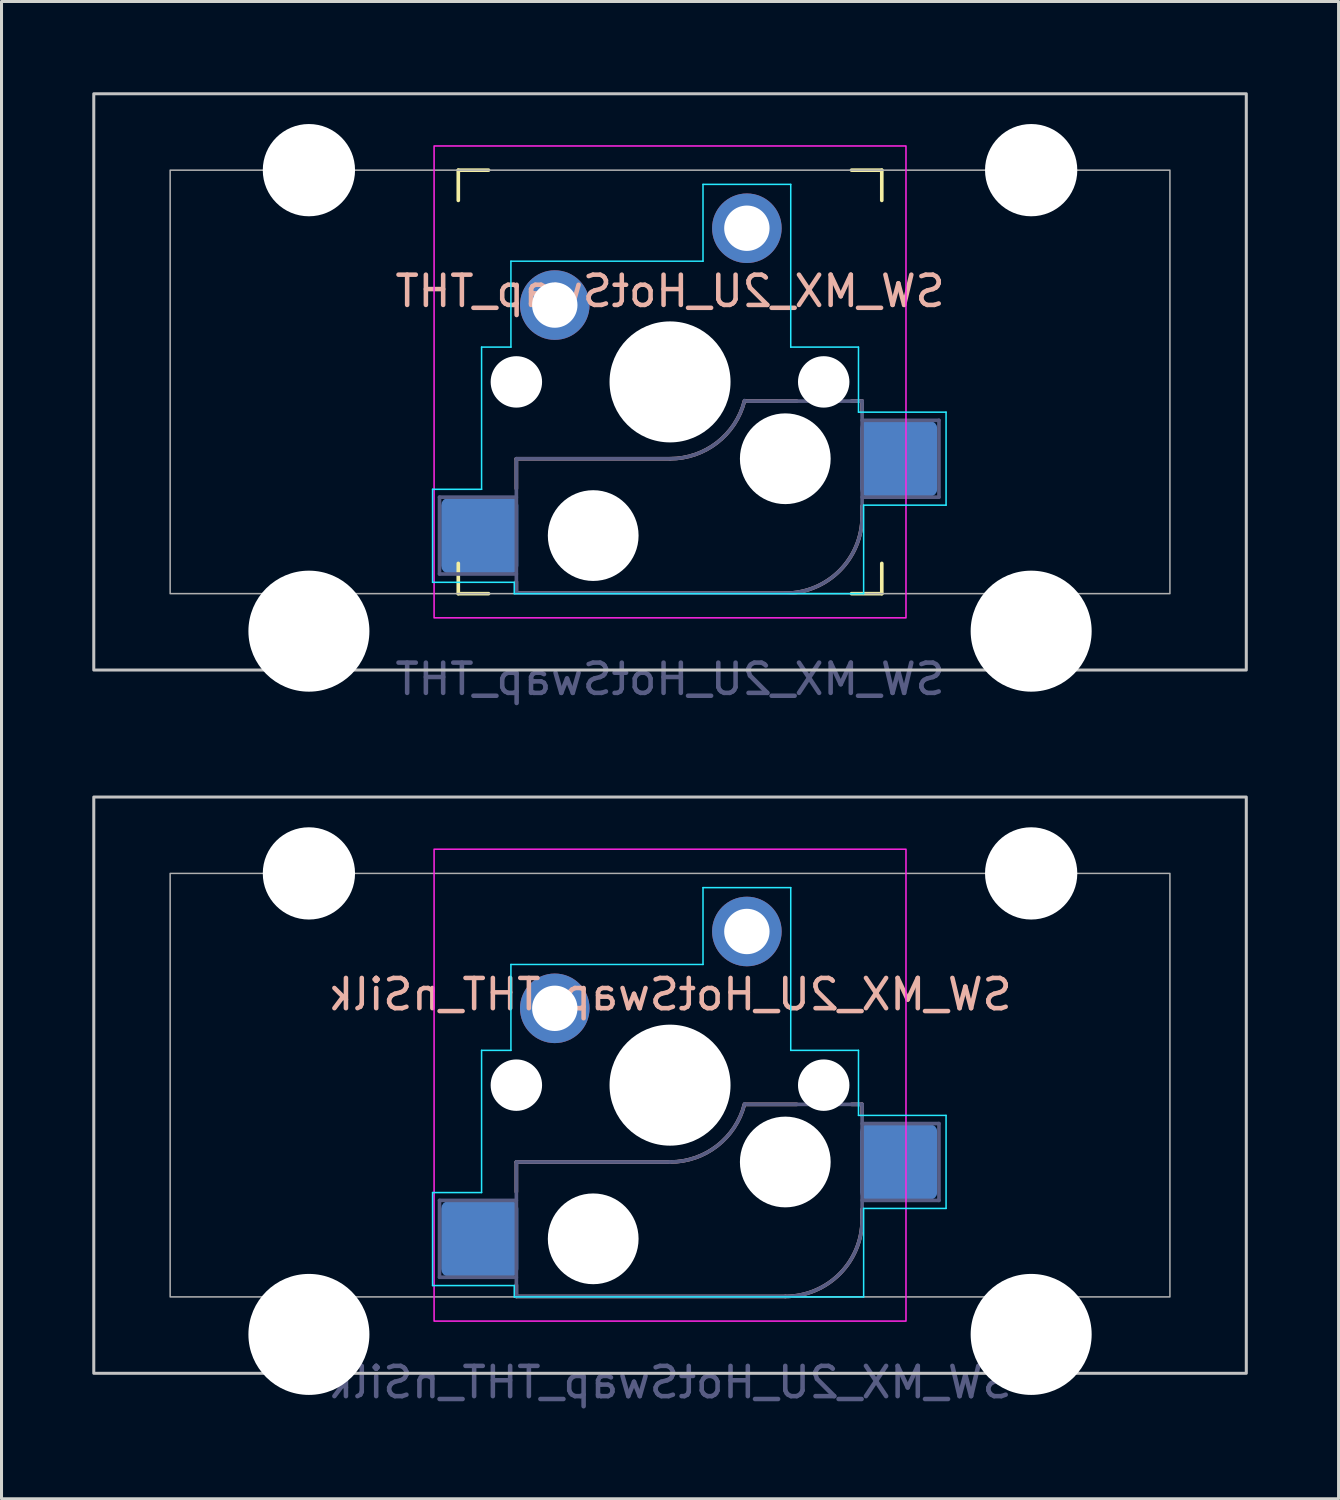
<source format=kicad_pcb>
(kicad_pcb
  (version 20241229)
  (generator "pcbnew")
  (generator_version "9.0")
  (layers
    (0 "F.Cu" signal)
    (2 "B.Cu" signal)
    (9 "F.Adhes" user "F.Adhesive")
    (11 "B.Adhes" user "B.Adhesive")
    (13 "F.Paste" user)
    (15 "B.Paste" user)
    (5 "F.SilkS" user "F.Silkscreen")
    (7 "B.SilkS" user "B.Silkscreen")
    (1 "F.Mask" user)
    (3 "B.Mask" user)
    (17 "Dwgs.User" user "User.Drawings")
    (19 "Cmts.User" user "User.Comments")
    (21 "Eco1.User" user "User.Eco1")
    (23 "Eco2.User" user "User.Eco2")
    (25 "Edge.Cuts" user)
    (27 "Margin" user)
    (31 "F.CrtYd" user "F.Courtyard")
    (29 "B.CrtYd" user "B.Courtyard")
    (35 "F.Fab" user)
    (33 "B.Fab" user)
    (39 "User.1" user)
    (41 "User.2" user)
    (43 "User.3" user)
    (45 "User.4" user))
  (footprint "SW_MX_2U_HotSwap_THT"
    (layer "F.Cu")
    (at 19.1 9.575)
    (property "Reference" "SW_MX_2U_HotSwap_THT" (at 0 -3 0) (unlocked yes) (layer "B.SilkS") (effects (font (size 1 1) (thickness 0.15)) (justify mirror)))
    (attr through_hole)
    (fp_line (start -7 -7) (end -7 -6) (stroke (width 0.12) (type solid)) (layer "F.SilkS"))
    (fp_line (start -7 7) (end -7 6) (stroke (width 0.12) (type solid)) (layer "F.SilkS"))
    (fp_line (start -7 7) (end -6 7) (stroke (width 0.12) (type solid)) (layer "F.SilkS"))
    (fp_line (start -6 -7) (end -7 -7) (stroke (width 0.12) (type solid)) (layer "F.SilkS"))
    (fp_line (start 6 7) (end 7 7) (stroke (width 0.12) (type solid)) (layer "F.SilkS"))
    (fp_line (start 7 -7) (end 6 -7) (stroke (width 0.12) (type solid)) (layer "F.SilkS"))
    (fp_line (start 7 -6) (end 7 -7) (stroke (width 0.12) (type solid)) (layer "F.SilkS"))
    (fp_line (start 7 7) (end 7 6) (stroke (width 0.12) (type solid)) (layer "F.SilkS"))
    (fp_line (start -5.08 2.54) (end -5.08 3.53) (stroke (width 0.12) (type default)) (layer "B.SilkS"))
    (fp_line (start -5.08 2.54) (end 0 2.54) (stroke (width 0.12) (type solid)) (layer "B.SilkS"))
    (fp_line (start -5.08 6.985) (end -5.08 6.604) (stroke (width 0.12) (type solid)) (layer "B.SilkS"))
    (fp_line (start 2.464 0.635) (end 4.191 0.635) (stroke (width 0.12) (type solid)) (layer "B.SilkS"))
    (fp_line (start 3.81 6.985) (end -5.08 6.985) (stroke (width 0.12) (type solid)) (layer "B.SilkS"))
    (fp_line (start 6 0.635) (end 6.35 0.635) (stroke (width 0.12) (type solid)) (layer "B.SilkS"))
    (fp_line (start 6.35 1) (end 6.35 0.635) (stroke (width 0.12) (type solid)) (layer "B.SilkS"))
    (fp_line (start 6.35 4.445) (end 6.35 4.1) (stroke (width 0.12) (type solid)) (layer "B.SilkS"))
    (fp_arc (start 2.459645 0.633835) (mid 1.555902 2.007678) (end 0 2.539999) (stroke (width 0.12) (type default)) (layer "B.SilkS"))
    (fp_arc (start 6.35 4.444999) (mid 5.606051 6.24105) (end 3.81 6.984999) (stroke (width 0.12) (type solid)) (layer "B.SilkS"))
    (fp_rect (start -19.05 -9.525) (end 19.05 9.525) (stroke (width 0.1) (type default)) (fill no) (layer "Dwgs.User"))
    (fp_line (start -7.85 3.55) (end -7.85 6.625) (stroke (width 0.05) (type default)) (layer "B.CrtYd"))
    (fp_line (start -7.85 6.625) (end -5.15 6.625) (stroke (width 0.05) (type default)) (layer "B.CrtYd"))
    (fp_line (start -6.23 -1.15) (end -6.23 3.55) (stroke (width 0.05) (type default)) (layer "B.CrtYd"))
    (fp_line (start -6.23 -1.15) (end -5.26 -1.15) (stroke (width 0.05) (type default)) (layer "B.CrtYd"))
    (fp_line (start -6.23 3.55) (end -7.85 3.55) (stroke (width 0.05) (type default)) (layer "B.CrtYd"))
    (fp_line (start -5.26 -3.99) (end 1.09 -3.99) (stroke (width 0.05) (type default)) (layer "B.CrtYd"))
    (fp_line (start -5.26 -1.15) (end -5.26 -3.99) (stroke (width 0.05) (type default)) (layer "B.CrtYd"))
    (fp_line (start -5.15 6.625) (end -5.15 7) (stroke (width 0.05) (type default)) (layer "B.CrtYd"))
    (fp_line (start -5.15 7) (end 6.4 7) (stroke (width 0.05) (type default)) (layer "B.CrtYd"))
    (fp_line (start 1.09 -6.53) (end 3.99 -6.53) (stroke (width 0.05) (type default)) (layer "B.CrtYd"))
    (fp_line (start 1.09 -3.99) (end 1.09 -6.53) (stroke (width 0.05) (type default)) (layer "B.CrtYd"))
    (fp_line (start 3.99 -6.53) (end 3.99 -1.15) (stroke (width 0.05) (type default)) (layer "B.CrtYd"))
    (fp_line (start 3.99 -1.15) (end 6.23 -1.15) (stroke (width 0.05) (type default)) (layer "B.CrtYd"))
    (fp_line (start 6.23 -1.15) (end 6.23 1) (stroke (width 0.05) (type default)) (layer "B.CrtYd"))
    (fp_line (start 6.23 1) (end 9.125 1) (stroke (width 0.05) (type default)) (layer "B.CrtYd"))
    (fp_line (start 6.4 4.075) (end 6.4 7) (stroke (width 0.05) (type default)) (layer "B.CrtYd"))
    (fp_line (start 9.125 1) (end 9.125 4.075) (stroke (width 0.05) (type default)) (layer "B.CrtYd"))
    (fp_line (start 9.125 4.075) (end 6.4 4.075) (stroke (width 0.05) (type default)) (layer "B.CrtYd"))
    (fp_rect (start -7.8 -7.8) (end 7.8 7.8) (stroke (width 0.05) (type default)) (fill no) (layer "F.CrtYd"))
    (fp_line (start -7.62 3.81) (end -5.08 3.81) (stroke (width 0.12) (type solid)) (layer "B.Fab"))
    (fp_line (start -7.62 6.35) (end -7.62 3.81) (stroke (width 0.12) (type solid)) (layer "B.Fab"))
    (fp_line (start -5.08 2.54) (end 0 2.54) (stroke (width 0.12) (type solid)) (layer "B.Fab"))
    (fp_line (start -5.08 6.35) (end -7.62 6.35) (stroke (width 0.12) (type solid)) (layer "B.Fab"))
    (fp_line (start -5.08 6.985) (end -5.08 2.54) (stroke (width 0.12) (type solid)) (layer "B.Fab"))
    (fp_line (start 3.81 6.985) (end -5.08 6.985) (stroke (width 0.12) (type solid)) (layer "B.Fab"))
    (fp_line (start 6.35 0.635) (end 2.54 0.635) (stroke (width 0.12) (type solid)) (layer "B.Fab"))
    (fp_line (start 6.35 0.635) (end 6.35 4.445) (stroke (width 0.12) (type solid)) (layer "B.Fab"))
    (fp_line (start 6.35 1.27) (end 8.89 1.27) (stroke (width 0.12) (type solid)) (layer "B.Fab"))
    (fp_line (start 8.89 1.27) (end 8.89 3.81) (stroke (width 0.12) (type solid)) (layer "B.Fab"))
    (fp_line (start 8.89 3.81) (end 6.35 3.81) (stroke (width 0.12) (type solid)) (layer "B.Fab"))
    (fp_arc (start 2.464162 0.616039) (mid 1.563147 2.002041) (end 0 2.539999) (stroke (width 0.12) (type solid)) (layer "B.Fab"))
    (fp_arc (start 6.35 4.444999) (mid 5.606051 6.24105) (end 3.81 6.984999) (stroke (width 0.12) (type solid)) (layer "B.Fab"))
    (fp_rect (start -16.525 -7) (end 16.525 7) (stroke (width 0.05) (type default)) (fill no) (layer "F.Fab"))
    (fp_text user "${REFERENCE}" (at 0 9.825 0) (layer "B.Fab") (effects (font (size 1 1) (thickness 0.15)) (justify mirror)))
    (pad "" np_thru_hole circle (at -11.938 -7) (size 3.05 3.05) (drill 3.05) (layers "*.Cu" "*.Mask"))
    (pad "" np_thru_hole circle (at -11.938 8.24) (size 4 4) (drill 4) (layers "*.Cu" "*.Mask"))
    (pad "" np_thru_hole circle (at -5.08 0) (size 1.7 1.7) (drill 1.7) (layers "*.Cu" "*.Mask"))
    (pad "" np_thru_hole circle (at -2.54 5.08 180) (size 3 3) (drill 3) (layers "*.Cu" "*.Mask"))
    (pad "" np_thru_hole circle (at 0 0) (size 4 4) (drill 4) (layers "*.Cu" "*.Mask"))
    (pad "" np_thru_hole circle (at 3.81 2.54 180) (size 3 3) (drill 3) (layers "*.Cu" "*.Mask"))
    (pad "" np_thru_hole circle (at 5.08 0) (size 1.7 1.7) (drill 1.7) (layers "*.Cu" "*.Mask"))
    (pad "" np_thru_hole circle (at 11.938 -7) (size 3.05 3.05) (drill 3.05) (layers "*.Cu" "*.Mask"))
    (pad "" np_thru_hole circle (at 11.938 8.24) (size 4 4) (drill 4) (layers "*.Cu" "*.Mask"))
    (pad "1" thru_hole circle (at 2.54 -5.08) (size 2.3 2.3) (drill 1.5) (layers "*.Cu" "*.Mask"))
    (pad "1" smd roundrect (at 7.56 2.54 180) (size 2.55 2.5) (layers "B.Cu" "B.Mask" "B.Paste") (roundrect_rratio 0.1))
    (pad "2" smd roundrect (at -6.29 5.08 180) (size 2.55 2.5) (layers "B.Cu" "B.Mask" "B.Paste") (roundrect_rratio 0.1))
    (pad "2" thru_hole circle (at -3.81 -2.54) (size 2.3 2.3) (drill 1.5) (layers "*.Cu" "*.Mask")))
  (footprint "SW_MX_2U_HotSwap_THT_nSilk"
    (layer "F.Cu")
    (at 19.1 32.823)
    (property "Reference" "SW_MX_2U_HotSwap_THT_nSilk" (at 0 -3 0) (unlocked yes) (layer "B.SilkS") (effects (font (size 1 1) (thickness 0.15)) (justify mirror)))
    (attr through_hole)
    (fp_line (start -5.08 2.54) (end -5.08 3.53) (stroke (width 0.12) (type default)) (layer "B.SilkS"))
    (fp_line (start -5.08 2.54) (end 0 2.54) (stroke (width 0.12) (type solid)) (layer "B.SilkS"))
    (fp_line (start -5.08 6.985) (end -5.08 6.604) (stroke (width 0.12) (type solid)) (layer "B.SilkS"))
    (fp_line (start 2.464 0.635) (end 4.191 0.635) (stroke (width 0.12) (type solid)) (layer "B.SilkS"))
    (fp_line (start 3.81 6.985) (end -5.08 6.985) (stroke (width 0.12) (type solid)) (layer "B.SilkS"))
    (fp_line (start 6 0.635) (end 6.35 0.635) (stroke (width 0.12) (type solid)) (layer "B.SilkS"))
    (fp_line (start 6.35 1) (end 6.35 0.635) (stroke (width 0.12) (type solid)) (layer "B.SilkS"))
    (fp_line (start 6.35 4.445) (end 6.35 4.1) (stroke (width 0.12) (type solid)) (layer "B.SilkS"))
    (fp_arc (start 2.459645 0.633835) (mid 1.555902 2.007678) (end 0 2.539999) (stroke (width 0.12) (type default)) (layer "B.SilkS"))
    (fp_arc (start 6.35 4.444999) (mid 5.606051 6.24105) (end 3.81 6.984999) (stroke (width 0.12) (type solid)) (layer "B.SilkS"))
    (fp_rect (start -19.05 -9.525) (end 19.05 9.525) (stroke (width 0.1) (type default)) (fill no) (layer "Dwgs.User"))
    (fp_line (start -7.85 3.55) (end -7.85 6.625) (stroke (width 0.05) (type default)) (layer "B.CrtYd"))
    (fp_line (start -7.85 6.625) (end -5.15 6.625) (stroke (width 0.05) (type default)) (layer "B.CrtYd"))
    (fp_line (start -6.23 -1.15) (end -6.23 3.55) (stroke (width 0.05) (type default)) (layer "B.CrtYd"))
    (fp_line (start -6.23 -1.15) (end -5.26 -1.15) (stroke (width 0.05) (type default)) (layer "B.CrtYd"))
    (fp_line (start -6.23 3.55) (end -7.85 3.55) (stroke (width 0.05) (type default)) (layer "B.CrtYd"))
    (fp_line (start -5.26 -3.99) (end 1.09 -3.99) (stroke (width 0.05) (type default)) (layer "B.CrtYd"))
    (fp_line (start -5.26 -1.15) (end -5.26 -3.99) (stroke (width 0.05) (type default)) (layer "B.CrtYd"))
    (fp_line (start -5.15 6.625) (end -5.15 7) (stroke (width 0.05) (type default)) (layer "B.CrtYd"))
    (fp_line (start -5.15 7) (end 6.4 7) (stroke (width 0.05) (type default)) (layer "B.CrtYd"))
    (fp_line (start 1.09 -6.53) (end 3.99 -6.53) (stroke (width 0.05) (type default)) (layer "B.CrtYd"))
    (fp_line (start 1.09 -3.99) (end 1.09 -6.53) (stroke (width 0.05) (type default)) (layer "B.CrtYd"))
    (fp_line (start 3.99 -6.53) (end 3.99 -1.15) (stroke (width 0.05) (type default)) (layer "B.CrtYd"))
    (fp_line (start 3.99 -1.15) (end 6.23 -1.15) (stroke (width 0.05) (type default)) (layer "B.CrtYd"))
    (fp_line (start 6.23 -1.15) (end 6.23 1) (stroke (width 0.05) (type default)) (layer "B.CrtYd"))
    (fp_line (start 6.23 1) (end 9.125 1) (stroke (width 0.05) (type default)) (layer "B.CrtYd"))
    (fp_line (start 6.4 4.075) (end 6.4 7) (stroke (width 0.05) (type default)) (layer "B.CrtYd"))
    (fp_line (start 9.125 1) (end 9.125 4.075) (stroke (width 0.05) (type default)) (layer "B.CrtYd"))
    (fp_line (start 9.125 4.075) (end 6.4 4.075) (stroke (width 0.05) (type default)) (layer "B.CrtYd"))
    (fp_rect (start -7.8 -7.8) (end 7.8 7.8) (stroke (width 0.05) (type default)) (fill no) (layer "F.CrtYd"))
    (fp_line (start -7.62 3.81) (end -5.08 3.81) (stroke (width 0.12) (type solid)) (layer "B.Fab"))
    (fp_line (start -7.62 6.35) (end -7.62 3.81) (stroke (width 0.12) (type solid)) (layer "B.Fab"))
    (fp_line (start -5.08 2.54) (end 0 2.54) (stroke (width 0.12) (type solid)) (layer "B.Fab"))
    (fp_line (start -5.08 6.35) (end -7.62 6.35) (stroke (width 0.12) (type solid)) (layer "B.Fab"))
    (fp_line (start -5.08 6.985) (end -5.08 2.54) (stroke (width 0.12) (type solid)) (layer "B.Fab"))
    (fp_line (start 3.81 6.985) (end -5.08 6.985) (stroke (width 0.12) (type solid)) (layer "B.Fab"))
    (fp_line (start 6.35 0.635) (end 2.54 0.635) (stroke (width 0.12) (type solid)) (layer "B.Fab"))
    (fp_line (start 6.35 0.635) (end 6.35 4.445) (stroke (width 0.12) (type solid)) (layer "B.Fab"))
    (fp_line (start 6.35 1.27) (end 8.89 1.27) (stroke (width 0.12) (type solid)) (layer "B.Fab"))
    (fp_line (start 8.89 1.27) (end 8.89 3.81) (stroke (width 0.12) (type solid)) (layer "B.Fab"))
    (fp_line (start 8.89 3.81) (end 6.35 3.81) (stroke (width 0.12) (type solid)) (layer "B.Fab"))
    (fp_arc (start 2.464162 0.616039) (mid 1.563147 2.002041) (end 0 2.539999) (stroke (width 0.12) (type solid)) (layer "B.Fab"))
    (fp_arc (start 6.35 4.444999) (mid 5.606051 6.24105) (end 3.81 6.984999) (stroke (width 0.12) (type solid)) (layer "B.Fab"))
    (fp_rect (start -16.525 -7) (end 16.525 7) (stroke (width 0.05) (type default)) (fill no) (layer "F.Fab"))
    (fp_text user "${REFERENCE}" (at 0 9.825 0) (layer "B.Fab") (effects (font (size 1 1) (thickness 0.15)) (justify mirror)))
    (pad "" np_thru_hole circle (at -11.938 -7) (size 3.05 3.05) (drill 3.05) (layers "*.Cu" "*.Mask"))
    (pad "" np_thru_hole circle (at -11.938 8.24) (size 4 4) (drill 4) (layers "*.Cu" "*.Mask"))
    (pad "" np_thru_hole circle (at -5.08 0) (size 1.7 1.7) (drill 1.7) (layers "*.Cu" "*.Mask"))
    (pad "" np_thru_hole circle (at -2.54 5.08 180) (size 3 3) (drill 3) (layers "*.Cu" "*.Mask"))
    (pad "" np_thru_hole circle (at 0 0) (size 4 4) (drill 4) (layers "*.Cu" "*.Mask"))
    (pad "" np_thru_hole circle (at 3.81 2.54 180) (size 3 3) (drill 3) (layers "*.Cu" "*.Mask"))
    (pad "" np_thru_hole circle (at 5.08 0) (size 1.7 1.7) (drill 1.7) (layers "*.Cu" "*.Mask"))
    (pad "" np_thru_hole circle (at 11.938 -7) (size 3.05 3.05) (drill 3.05) (layers "*.Cu" "*.Mask"))
    (pad "" np_thru_hole circle (at 11.938 8.24) (size 4 4) (drill 4) (layers "*.Cu" "*.Mask"))
    (pad "1" thru_hole circle (at 2.54 -5.08) (size 2.3 2.3) (drill 1.5) (layers "*.Cu" "*.Mask"))
    (pad "1" smd roundrect (at 7.56 2.54 180) (size 2.55 2.5) (layers "B.Cu" "B.Mask" "B.Paste") (roundrect_rratio 0.1))
    (pad "2" smd roundrect (at -6.29 5.08 180) (size 2.55 2.5) (layers "B.Cu" "B.Mask" "B.Paste") (roundrect_rratio 0.1))
    (pad "2" thru_hole circle (at -3.81 -2.54) (size 2.3 2.3) (drill 1.5) (layers "*.Cu" "*.Mask")))
  (gr_rect
    (start -3 -3)
    (end 41.2 46.496)
    (stroke (width 0.1) (type default))
    (fill no)
    (layer "Edge.Cuts")))
</source>
